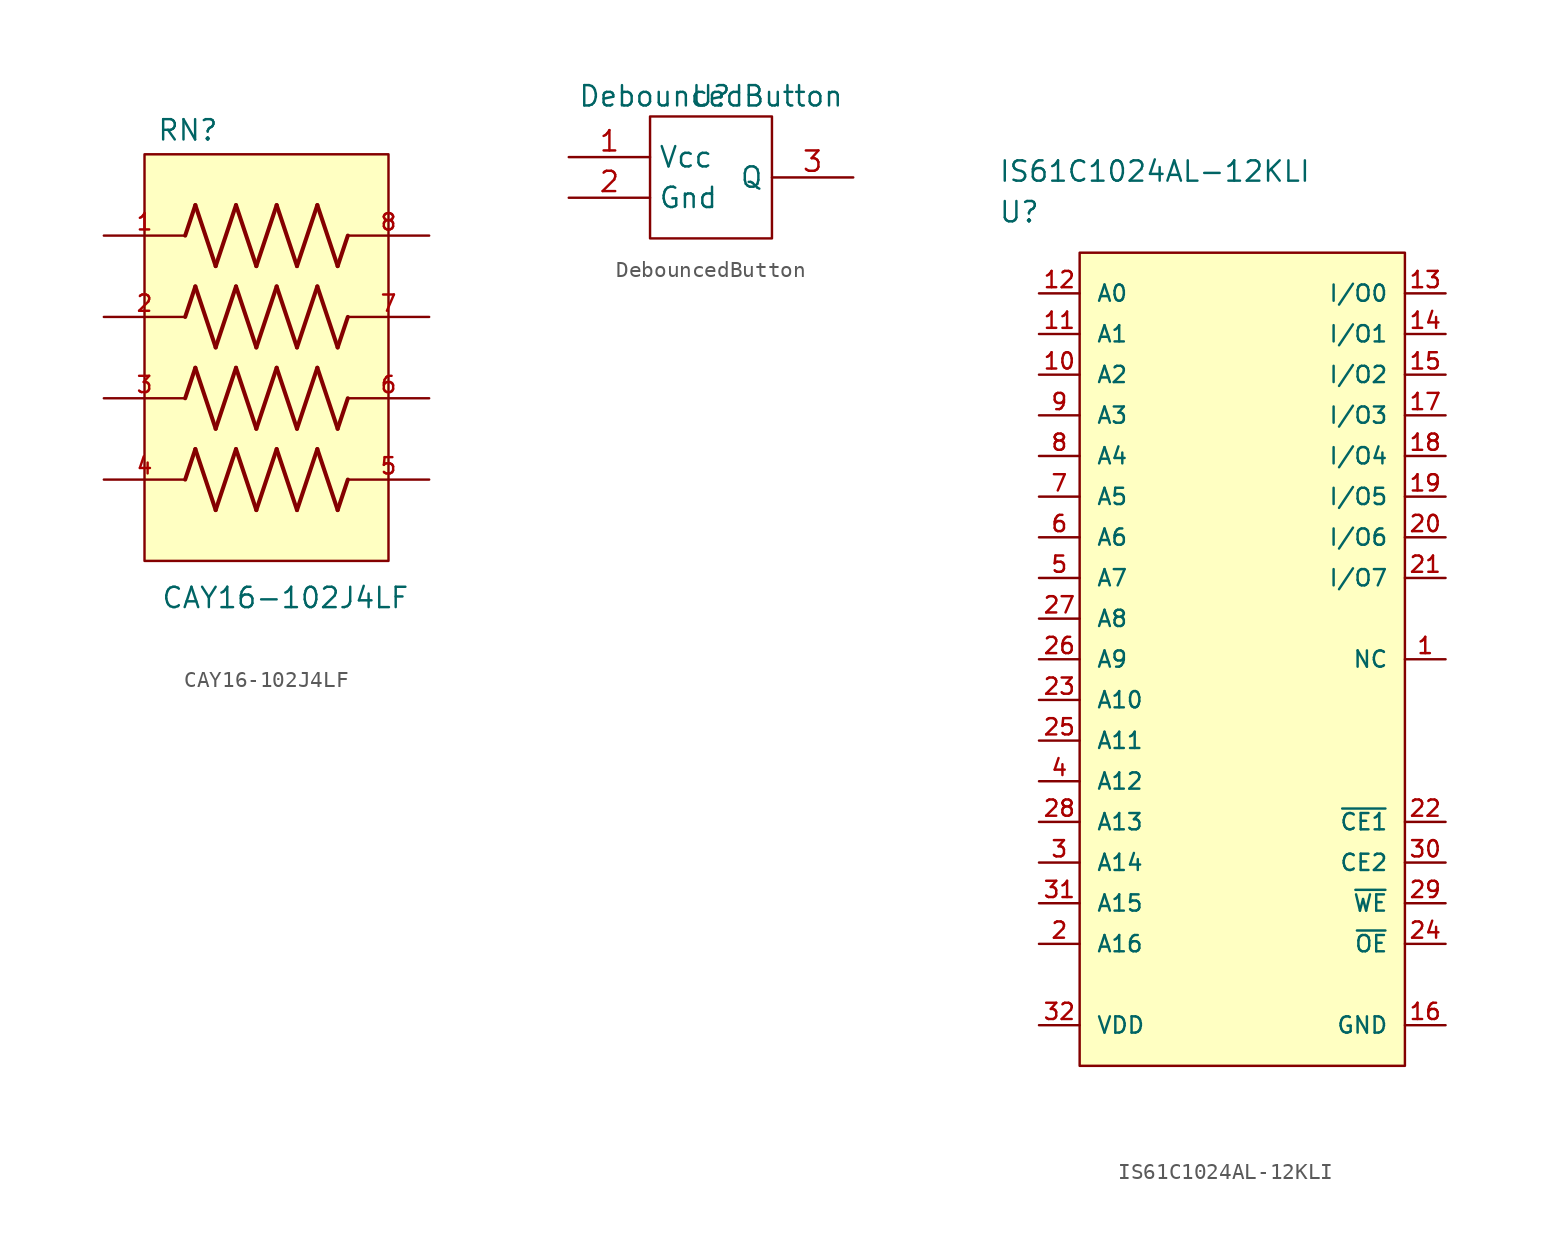
<source format=kicad_sym>
(kicad_symbol_lib
  (version 20211014)
  (generator kicad_symbol_editor)
  (symbol "CAY16-102J4LF"
    (pin_names
      (offset 1.016) hide)
    (property "Reference" "RN"
      (at -6.858 13.462 0)
      (effects (font (size 1.27 1.27)) (justify left bottom)))
    (property "Value" "CAY16-102J4LF"
      (at -6.604 -15.748 0)
      (effects (font (size 1.27 1.27)) (justify left bottom)))
    (symbol "CAY16-102J4LF_0_0"
      (rectangle (start -7.62 -12.7) (end 7.62 12.7) (stroke (width 0.152) (type default) (color 0 0 0 0)) (fill (type background)))
      (polyline (pts (xy -5.08 -7.62) (xy -4.445 -5.715)) (stroke (width 0.254) (type default) (color 0 0 0 0)) (fill (type none)))
      (polyline (pts (xy -5.08 -2.54) (xy -4.445 -0.635)) (stroke (width 0.254) (type default) (color 0 0 0 0)) (fill (type none)))
      (polyline (pts (xy -5.08 2.54) (xy -4.445 4.445)) (stroke (width 0.254) (type default) (color 0 0 0 0)) (fill (type none)))
      (polyline (pts (xy -5.08 7.62) (xy -4.445 9.525)) (stroke (width 0.254) (type default) (color 0 0 0 0)) (fill (type none)))
      (polyline (pts (xy -4.445 -5.715) (xy -3.175 -9.525)) (stroke (width 0.254) (type default) (color 0 0 0 0)) (fill (type none)))
      (polyline (pts (xy -4.445 -0.635) (xy -3.175 -4.445)) (stroke (width 0.254) (type default) (color 0 0 0 0)) (fill (type none)))
      (polyline (pts (xy -4.445 4.445) (xy -3.175 0.635)) (stroke (width 0.254) (type default) (color 0 0 0 0)) (fill (type none)))
      (polyline (pts (xy -4.445 9.525) (xy -3.175 5.715)) (stroke (width 0.254) (type default) (color 0 0 0 0)) (fill (type none)))
      (polyline (pts (xy -3.175 -9.525) (xy -1.905 -5.715)) (stroke (width 0.254) (type default) (color 0 0 0 0)) (fill (type none)))
      (polyline (pts (xy -3.175 -4.445) (xy -1.905 -0.635)) (stroke (width 0.254) (type default) (color 0 0 0 0)) (fill (type none)))
      (polyline (pts (xy -3.175 0.635) (xy -1.905 4.445)) (stroke (width 0.254) (type default) (color 0 0 0 0)) (fill (type none)))
      (polyline (pts (xy -3.175 5.715) (xy -1.905 9.525)) (stroke (width 0.254) (type default) (color 0 0 0 0)) (fill (type none)))
      (polyline (pts (xy -1.905 -5.715) (xy -0.635 -9.525)) (stroke (width 0.254) (type default) (color 0 0 0 0)) (fill (type none)))
      (polyline (pts (xy -1.905 -0.635) (xy -0.635 -4.445)) (stroke (width 0.254) (type default) (color 0 0 0 0)) (fill (type none)))
      (polyline (pts (xy -1.905 4.445) (xy -0.635 0.635)) (stroke (width 0.254) (type default) (color 0 0 0 0)) (fill (type none)))
      (polyline (pts (xy -1.905 9.525) (xy -0.635 5.715)) (stroke (width 0.254) (type default) (color 0 0 0 0)) (fill (type none)))
      (polyline (pts (xy -0.635 -9.525) (xy 0.635 -5.715)) (stroke (width 0.254) (type default) (color 0 0 0 0)) (fill (type none)))
      (polyline (pts (xy -0.635 -4.445) (xy 0.635 -0.635)) (stroke (width 0.254) (type default) (color 0 0 0 0)) (fill (type none)))
      (polyline (pts (xy -0.635 0.635) (xy 0.635 4.445)) (stroke (width 0.254) (type default) (color 0 0 0 0)) (fill (type none)))
      (polyline (pts (xy -0.635 5.715) (xy 0.635 9.525)) (stroke (width 0.254) (type default) (color 0 0 0 0)) (fill (type none)))
      (polyline (pts (xy 0.635 -5.715) (xy 1.905 -9.525)) (stroke (width 0.254) (type default) (color 0 0 0 0)) (fill (type none)))
      (polyline (pts (xy 0.635 -0.635) (xy 1.905 -4.445)) (stroke (width 0.254) (type default) (color 0 0 0 0)) (fill (type none)))
      (polyline (pts (xy 0.635 4.445) (xy 1.905 0.635)) (stroke (width 0.254) (type default) (color 0 0 0 0)) (fill (type none)))
      (polyline (pts (xy 0.635 9.525) (xy 1.905 5.715)) (stroke (width 0.254) (type default) (color 0 0 0 0)) (fill (type none)))
      (polyline (pts (xy 1.905 -9.525) (xy 3.175 -5.715)) (stroke (width 0.254) (type default) (color 0 0 0 0)) (fill (type none)))
      (polyline (pts (xy 1.905 -4.445) (xy 3.175 -0.635)) (stroke (width 0.254) (type default) (color 0 0 0 0)) (fill (type none)))
      (polyline (pts (xy 1.905 0.635) (xy 3.175 4.445)) (stroke (width 0.254) (type default) (color 0 0 0 0)) (fill (type none)))
      (polyline (pts (xy 1.905 5.715) (xy 3.175 9.525)) (stroke (width 0.254) (type default) (color 0 0 0 0)) (fill (type none)))
      (polyline (pts (xy 3.175 -5.715) (xy 4.445 -9.525)) (stroke (width 0.254) (type default) (color 0 0 0 0)) (fill (type none)))
      (polyline (pts (xy 3.175 -0.635) (xy 4.445 -4.445)) (stroke (width 0.254) (type default) (color 0 0 0 0)) (fill (type none)))
      (polyline (pts (xy 3.175 4.445) (xy 4.445 0.635)) (stroke (width 0.254) (type default) (color 0 0 0 0)) (fill (type none)))
      (polyline (pts (xy 3.175 9.525) (xy 4.445 5.715)) (stroke (width 0.254) (type default) (color 0 0 0 0)) (fill (type none)))
      (polyline (pts (xy 4.445 -9.525) (xy 5.08 -7.62)) (stroke (width 0.254) (type default) (color 0 0 0 0)) (fill (type none)))
      (polyline (pts (xy 4.445 -4.445) (xy 5.08 -2.54)) (stroke (width 0.254) (type default) (color 0 0 0 0)) (fill (type none)))
      (polyline (pts (xy 4.445 0.635) (xy 5.08 2.54)) (stroke (width 0.254) (type default) (color 0 0 0 0)) (fill (type none)))
      (polyline (pts (xy 4.445 5.715) (xy 5.08 7.62)) (stroke (width 0.254) (type default) (color 0 0 0 0)) (fill (type none)))
      (pin passive line (at -10.16 7.62 0) (length 5.08) (name "~" (effects (font (size 1.016 1.016)))) (number "1" (effects (font (size 1.016 1.016)))))
      (pin passive line (at -10.16 2.54 0) (length 5.08) (name "~" (effects (font (size 1.016 1.016)))) (number "2" (effects (font (size 1.016 1.016)))))
      (pin passive line (at -10.16 -2.54 0) (length 5.08) (name "~" (effects (font (size 1.016 1.016)))) (number "3" (effects (font (size 1.016 1.016)))))
      (pin passive line (at -10.16 -7.62 0) (length 5.08) (name "~" (effects (font (size 1.016 1.016)))) (number "4" (effects (font (size 1.016 1.016)))))
      (pin passive line (at 10.16 -7.62 180) (length 5.08) (name "~" (effects (font (size 1.016 1.016)))) (number "5" (effects (font (size 1.016 1.016)))))
      (pin passive line (at 10.16 -2.54 180) (length 5.08) (name "~" (effects (font (size 1.016 1.016)))) (number "6" (effects (font (size 1.016 1.016)))))
      (pin passive line (at 10.16 2.54 180) (length 5.08) (name "~" (effects (font (size 1.016 1.016)))) (number "7" (effects (font (size 1.016 1.016)))))
      (pin passive line (at 10.16 7.62 180) (length 5.08) (name "~" (effects (font (size 1.016 1.016)))) (number "8" (effects (font (size 1.016 1.016)))))))
  (symbol "DebouncedButton"
    (property "Reference" "U"
      (at 0 0 0)
      (effects (font (size 1.27 1.27))))
    (property "Value" "DebouncedButton"
      (at 0 0 0)
      (effects (font (size 1.27 1.27))))
    (symbol "DebouncedButton_0_1"
      (rectangle (start -3.81 -1.27) (end 3.81 -8.89) (stroke (width 0) (type default) (color 0 0 0 0)) (fill (type none))))
    (symbol "DebouncedButton_1_0"
      (pin power_in line (at -8.89 -3.81 0) (length 5.08) (name "Vcc" (effects (font (size 1.27 1.27)))) (number "1" (effects (font (size 1.27 1.27)))))
      (pin power_in line (at -8.89 -6.35 0) (length 5.08) (name "Gnd" (effects (font (size 1.27 1.27)))) (number "2" (effects (font (size 1.27 1.27)))))
      (pin output line (at 8.89 -5.08 180) (length 5.08) (name "Q" (effects (font (size 1.27 1.27)))) (number "3" (effects (font (size 1.27 1.27)))))))
  (symbol "IS61C1024AL-12KLI"
    (pin_names
      (offset 1.016))
    (property "Reference" "U"
      (at 0 5.08 0)
      (effects (font (size 1.27 1.27)) (justify left)))
    (property "Value" "IS61C1024AL-12KLI"
      (at 0 7.62 0)
      (effects (font (size 1.27 1.27)) (justify left)))
    (symbol "IS61C1024AL-12KLI_1_1"
      (rectangle (start 5.08 2.54) (end 25.4 -48.26) (stroke (width 0) (type default) (color 0 0 0 0)) (fill (type background)))
      (pin passive line (at 27.94 -22.86 180) (length 2.54) (name "NC" (effects (font (size 1.016 1.016)))) (number "1" (effects (font (size 1.016 1.016)))))
      (pin input line (at 2.54 -5.08 0) (length 2.54) (name "A2" (effects (font (size 1.016 1.016)))) (number "10" (effects (font (size 1.016 1.016)))))
      (pin input line (at 2.54 -2.54 0) (length 2.54) (name "A1" (effects (font (size 1.016 1.016)))) (number "11" (effects (font (size 1.016 1.016)))))
      (pin input line (at 2.54 0 0) (length 2.54) (name "A0" (effects (font (size 1.016 1.016)))) (number "12" (effects (font (size 1.016 1.016)))))
      (pin bidirectional line (at 27.94 0 180) (length 2.54) (name "I/O0" (effects (font (size 1.016 1.016)))) (number "13" (effects (font (size 1.016 1.016)))))
      (pin bidirectional line (at 27.94 -2.54 180) (length 2.54) (name "I/O1" (effects (font (size 1.016 1.016)))) (number "14" (effects (font (size 1.016 1.016)))))
      (pin bidirectional line (at 27.94 -5.08 180) (length 2.54) (name "I/O2" (effects (font (size 1.016 1.016)))) (number "15" (effects (font (size 1.016 1.016)))))
      (pin power_in line (at 27.94 -45.72 180) (length 2.54) (name "GND" (effects (font (size 1.016 1.016)))) (number "16" (effects (font (size 1.016 1.016)))))
      (pin bidirectional line (at 27.94 -7.62 180) (length 2.54) (name "I/O3" (effects (font (size 1.016 1.016)))) (number "17" (effects (font (size 1.016 1.016)))))
      (pin bidirectional line (at 27.94 -10.16 180) (length 2.54) (name "I/O4" (effects (font (size 1.016 1.016)))) (number "18" (effects (font (size 1.016 1.016)))))
      (pin bidirectional line (at 27.94 -12.7 180) (length 2.54) (name "I/O5" (effects (font (size 1.016 1.016)))) (number "19" (effects (font (size 1.016 1.016)))))
      (pin input line (at 2.54 -40.64 0) (length 2.54) (name "A16" (effects (font (size 1.016 1.016)))) (number "2" (effects (font (size 1.016 1.016)))))
      (pin bidirectional line (at 27.94 -15.24 180) (length 2.54) (name "I/O6" (effects (font (size 1.016 1.016)))) (number "20" (effects (font (size 1.016 1.016)))))
      (pin bidirectional line (at 27.94 -17.78 180) (length 2.54) (name "I/O7" (effects (font (size 1.016 1.016)))) (number "21" (effects (font (size 1.016 1.016)))))
      (pin input line (at 27.94 -33.02 180) (length 2.54) (name "~{CE1}" (effects (font (size 1.016 1.016)))) (number "22" (effects (font (size 1.016 1.016)))))
      (pin input line (at 2.54 -25.4 0) (length 2.54) (name "A10" (effects (font (size 1.016 1.016)))) (number "23" (effects (font (size 1.016 1.016)))))
      (pin input line (at 27.94 -40.64 180) (length 2.54) (name "~{OE}" (effects (font (size 1.016 1.016)))) (number "24" (effects (font (size 1.016 1.016)))))
      (pin input line (at 2.54 -27.94 0) (length 2.54) (name "A11" (effects (font (size 1.016 1.016)))) (number "25" (effects (font (size 1.016 1.016)))))
      (pin input line (at 2.54 -22.86 0) (length 2.54) (name "A9" (effects (font (size 1.016 1.016)))) (number "26" (effects (font (size 1.016 1.016)))))
      (pin input line (at 2.54 -20.32 0) (length 2.54) (name "A8" (effects (font (size 1.016 1.016)))) (number "27" (effects (font (size 1.016 1.016)))))
      (pin input line (at 2.54 -33.02 0) (length 2.54) (name "A13" (effects (font (size 1.016 1.016)))) (number "28" (effects (font (size 1.016 1.016)))))
      (pin input line (at 27.94 -38.1 180) (length 2.54) (name "~{WE}" (effects (font (size 1.016 1.016)))) (number "29" (effects (font (size 1.016 1.016)))))
      (pin input line (at 2.54 -35.56 0) (length 2.54) (name "A14" (effects (font (size 1.016 1.016)))) (number "3" (effects (font (size 1.016 1.016)))))
      (pin input line (at 27.94 -35.56 180) (length 2.54) (name "CE2" (effects (font (size 1.016 1.016)))) (number "30" (effects (font (size 1.016 1.016)))))
      (pin input line (at 2.54 -38.1 0) (length 2.54) (name "A15" (effects (font (size 1.016 1.016)))) (number "31" (effects (font (size 1.016 1.016)))))
      (pin power_in line (at 2.54 -45.72 0) (length 2.54) (name "VDD" (effects (font (size 1.016 1.016)))) (number "32" (effects (font (size 1.016 1.016)))))
      (pin input line (at 2.54 -30.48 0) (length 2.54) (name "A12" (effects (font (size 1.016 1.016)))) (number "4" (effects (font (size 1.016 1.016)))))
      (pin input line (at 2.54 -17.78 0) (length 2.54) (name "A7" (effects (font (size 1.016 1.016)))) (number "5" (effects (font (size 1.016 1.016)))))
      (pin input line (at 2.54 -15.24 0) (length 2.54) (name "A6" (effects (font (size 1.016 1.016)))) (number "6" (effects (font (size 1.016 1.016)))))
      (pin input line (at 2.54 -12.7 0) (length 2.54) (name "A5" (effects (font (size 1.016 1.016)))) (number "7" (effects (font (size 1.016 1.016)))))
      (pin input line (at 2.54 -10.16 0) (length 2.54) (name "A4" (effects (font (size 1.016 1.016)))) (number "8" (effects (font (size 1.016 1.016)))))
      (pin input line (at 2.54 -7.62 0) (length 2.54) (name "A3" (effects (font (size 1.016 1.016)))) (number "9" (effects (font (size 1.016 1.016))))))))
</source>
